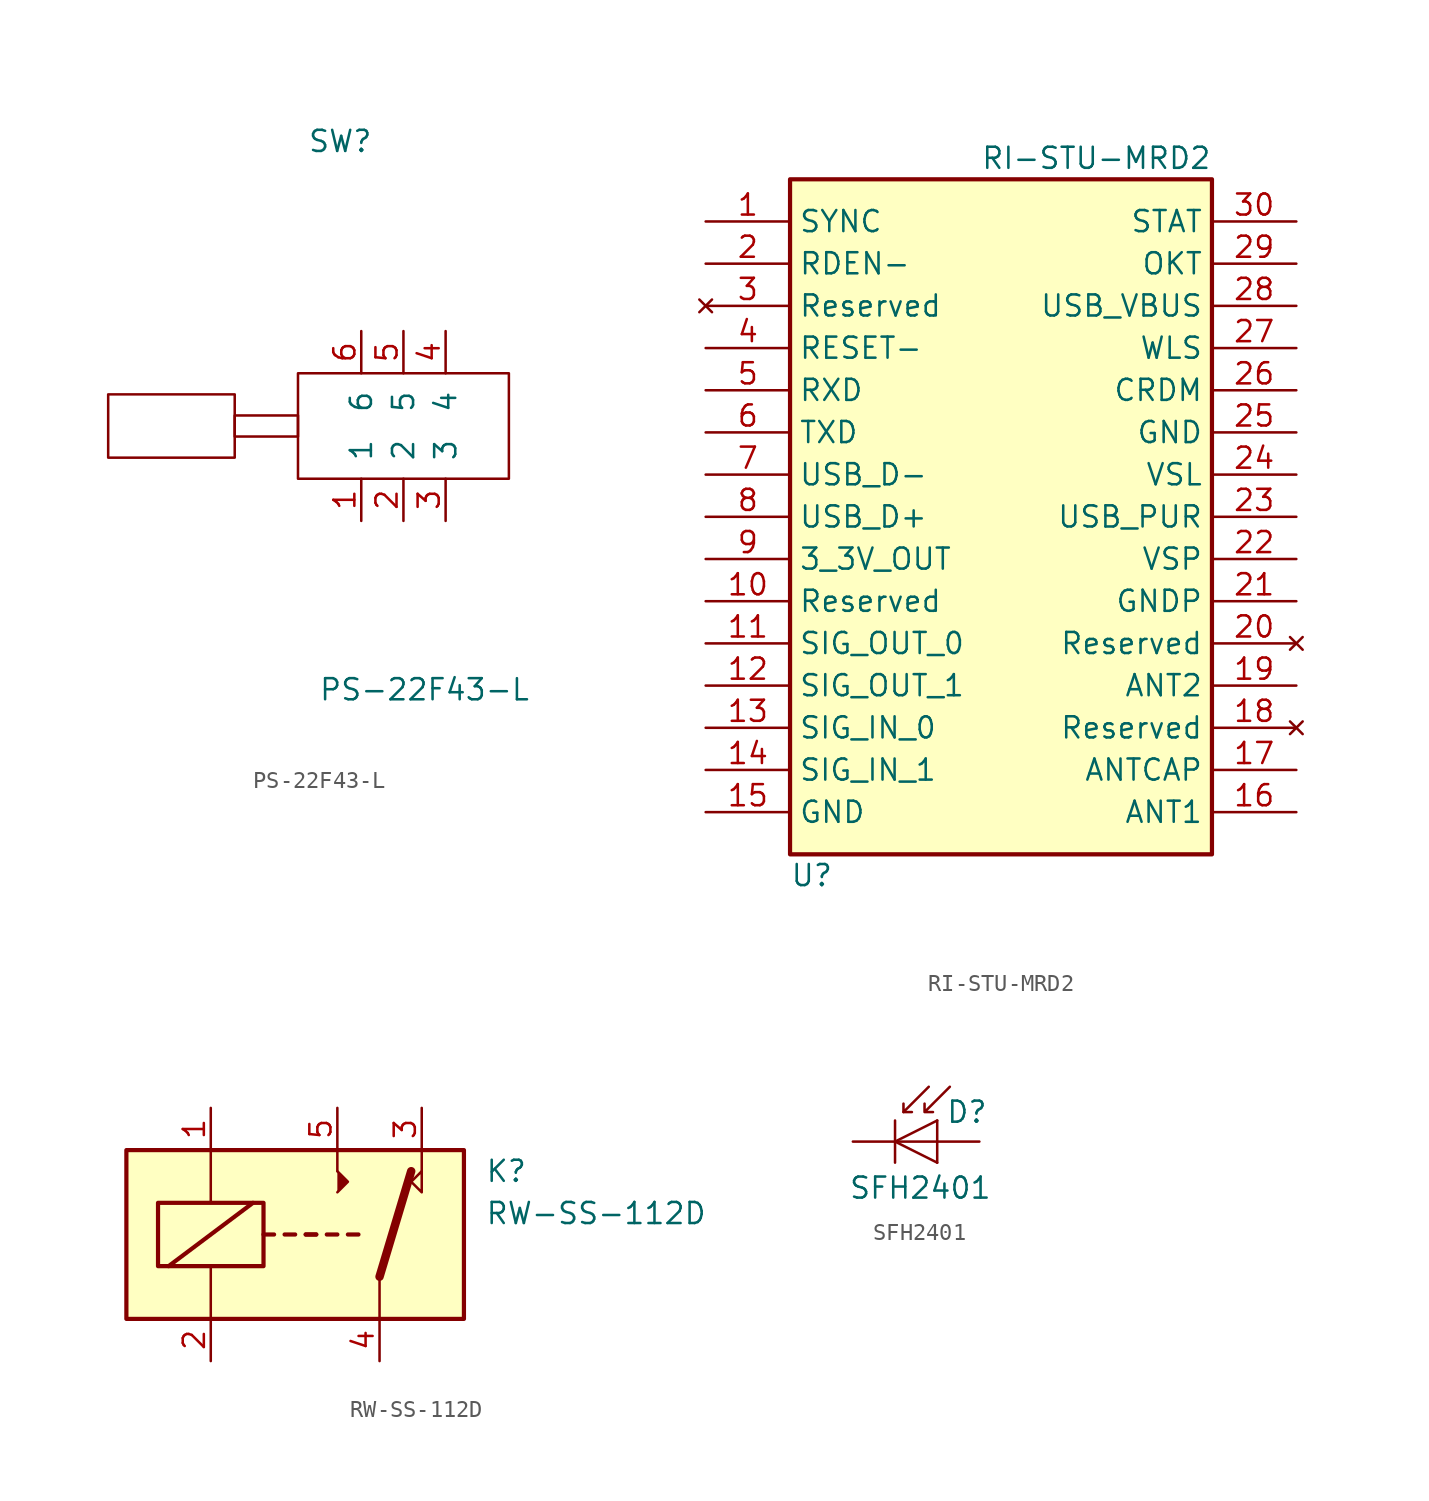
<source format=kicad_sym>
(kicad_symbol_lib
  (version 20201005)
  (generator kicad_symbol_editor)
  (symbol "mSchLibrary:PS-22F43-L"
    (pin_names
      (offset 1.016))
    (property "Reference" "SW"
      (at -3.81 17.78 0)
      (effects (font (size 1.27 1.27))))
    (property "Value" "PS-22F43-L"
      (at 1.27 -15.24 0)
      (effects (font (size 1.27 1.27))))
    (symbol "PS-22F43-L_0_0"
      (pin unspecified line (at -2.54 -5.08 90) (length 2.54) (name "1" (effects (font (size 1.27 1.27)))) (number "1" (effects (font (size 1.27 1.27)))))
      (pin unspecified line (at 0 -5.08 90) (length 2.54) (name "2" (effects (font (size 1.27 1.27)))) (number "2" (effects (font (size 1.27 1.27)))))
      (pin unspecified line (at 2.54 -5.08 90) (length 2.54) (name "3" (effects (font (size 1.27 1.27)))) (number "3" (effects (font (size 1.27 1.27)))))
      (pin unspecified line (at 2.54 6.35 270) (length 2.54) (name "4" (effects (font (size 1.27 1.27)))) (number "4" (effects (font (size 1.27 1.27)))))
      (pin unspecified line (at 0 6.35 270) (length 2.54) (name "5" (effects (font (size 1.27 1.27)))) (number "5" (effects (font (size 1.27 1.27)))))
      (pin unspecified line (at -2.54 6.35 270) (length 2.54) (name "6" (effects (font (size 1.27 1.27)))) (number "6" (effects (font (size 1.27 1.27))))))
    (symbol "PS-22F43-L_0_1"
      (rectangle (start -10.16 1.27) (end -6.35 0) (stroke (width 0)) (fill (type none)))
      (rectangle (start -10.16 2.54) (end -17.78 -1.27) (stroke (width 0)) (fill (type none)))
      (rectangle (start -6.35 3.81) (end 6.35 -2.54) (stroke (width 0)) (fill (type none)))))
  (symbol "mSchLibrary:RI-STU-MRD2"
    (property "Reference" "U"
      (at -12.7 -21.59 0)
      (effects (font (size 1.27 1.27)) (justify left)))
    (property "Value" "RI-STU-MRD2"
      (at 12.7 21.59 0)
      (effects (font (size 1.27 1.27)) (justify right)))
    (symbol "RI-STU-MRD2_0_0"
      (rectangle (start -12.7 20.32) (end 12.7 -20.32) (stroke (width 0.254)) (fill (type background))))
    (symbol "RI-STU-MRD2_1_1"
      (pin output line (at -17.78 17.78 0) (length 5.08) (name "SYNC" (effects (font (size 1.27 1.27)))) (number "1" (effects (font (size 1.27 1.27)))))
      (pin input line (at -17.78 -5.08 0) (length 5.08) (name "Reserved" (effects (font (size 1.27 1.27)))) (number "10" (effects (font (size 1.27 1.27)))))
      (pin output line (at -17.78 -7.62 0) (length 5.08) (name "SIG_OUT_0" (effects (font (size 1.27 1.27)))) (number "11" (effects (font (size 1.27 1.27)))))
      (pin output line (at -17.78 -10.16 0) (length 5.08) (name "SIG_OUT_1" (effects (font (size 1.27 1.27)))) (number "12" (effects (font (size 1.27 1.27)))))
      (pin input line (at -17.78 -12.7 0) (length 5.08) (name "SIG_IN_0" (effects (font (size 1.27 1.27)))) (number "13" (effects (font (size 1.27 1.27)))))
      (pin input line (at -17.78 -15.24 0) (length 5.08) (name "SIG_IN_1" (effects (font (size 1.27 1.27)))) (number "14" (effects (font (size 1.27 1.27)))))
      (pin power_in line (at -17.78 -17.78 0) (length 5.08) (name "GND" (effects (font (size 1.27 1.27)))) (number "15" (effects (font (size 1.27 1.27)))))
      (pin passive line (at 17.78 -17.78 180) (length 5.08) (name "ANT1" (effects (font (size 1.27 1.27)))) (number "16" (effects (font (size 1.27 1.27)))))
      (pin passive line (at 17.78 -15.24 180) (length 5.08) (name "ANTCAP" (effects (font (size 1.27 1.27)))) (number "17" (effects (font (size 1.27 1.27)))))
      (pin no_connect line (at 17.78 -12.7 180) (length 5.08) (name "Reserved" (effects (font (size 1.27 1.27)))) (number "18" (effects (font (size 1.27 1.27)))))
      (pin passive line (at 17.78 -10.16 180) (length 5.08) (name "ANT2" (effects (font (size 1.27 1.27)))) (number "19" (effects (font (size 1.27 1.27)))))
      (pin input line (at -17.78 15.24 0) (length 5.08) (name "RDEN-" (effects (font (size 1.27 1.27)))) (number "2" (effects (font (size 1.27 1.27)))))
      (pin no_connect line (at 17.78 -7.62 180) (length 5.08) (name "Reserved" (effects (font (size 1.27 1.27)))) (number "20" (effects (font (size 1.27 1.27)))))
      (pin power_in line (at 17.78 -5.08 180) (length 5.08) (name "GNDP" (effects (font (size 1.27 1.27)))) (number "21" (effects (font (size 1.27 1.27)))))
      (pin passive line (at 17.78 -2.54 180) (length 5.08) (name "VSP" (effects (font (size 1.27 1.27)))) (number "22" (effects (font (size 1.27 1.27)))))
      (pin output line (at 17.78 0 180) (length 5.08) (name "USB_PUR" (effects (font (size 1.27 1.27)))) (number "23" (effects (font (size 1.27 1.27)))))
      (pin passive line (at 17.78 2.54 180) (length 5.08) (name "VSL" (effects (font (size 1.27 1.27)))) (number "24" (effects (font (size 1.27 1.27)))))
      (pin power_in line (at 17.78 5.08 180) (length 5.08) (name "GND" (effects (font (size 1.27 1.27)))) (number "25" (effects (font (size 1.27 1.27)))))
      (pin input line (at 17.78 7.62 180) (length 5.08) (name "CRDM" (effects (font (size 1.27 1.27)))) (number "26" (effects (font (size 1.27 1.27)))))
      (pin input line (at 17.78 10.16 180) (length 5.08) (name "WLS" (effects (font (size 1.27 1.27)))) (number "27" (effects (font (size 1.27 1.27)))))
      (pin power_in line (at 17.78 12.7 180) (length 5.08) (name "USB_VBUS" (effects (font (size 1.27 1.27)))) (number "28" (effects (font (size 1.27 1.27)))))
      (pin output line (at 17.78 15.24 180) (length 5.08) (name "OKT" (effects (font (size 1.27 1.27)))) (number "29" (effects (font (size 1.27 1.27)))))
      (pin no_connect line (at -17.78 12.7 0) (length 5.08) (name "Reserved" (effects (font (size 1.27 1.27)))) (number "3" (effects (font (size 1.27 1.27)))))
      (pin output line (at 17.78 17.78 180) (length 5.08) (name "STAT" (effects (font (size 1.27 1.27)))) (number "30" (effects (font (size 1.27 1.27)))))
      (pin input line (at -17.78 10.16 0) (length 5.08) (name "RESET-" (effects (font (size 1.27 1.27)))) (number "4" (effects (font (size 1.27 1.27)))))
      (pin input line (at -17.78 7.62 0) (length 5.08) (name "RXD" (effects (font (size 1.27 1.27)))) (number "5" (effects (font (size 1.27 1.27)))))
      (pin output line (at -17.78 5.08 0) (length 5.08) (name "TXD" (effects (font (size 1.27 1.27)))) (number "6" (effects (font (size 1.27 1.27)))))
      (pin bidirectional line (at -17.78 2.54 0) (length 5.08) (name "USB_D-" (effects (font (size 1.27 1.27)))) (number "7" (effects (font (size 1.27 1.27)))))
      (pin bidirectional line (at -17.78 0 0) (length 5.08) (name "USB_D+" (effects (font (size 1.27 1.27)))) (number "8" (effects (font (size 1.27 1.27)))))
      (pin power_in line (at -17.78 -2.54 0) (length 5.08) (name "3_3V_OUT" (effects (font (size 1.27 1.27)))) (number "9" (effects (font (size 1.27 1.27)))))))
  (symbol "mSchLibrary:RW-SS-112D"
    (pin_names
      (offset 1.016))
    (property "Reference" "K"
      (at 11.43 3.81 0)
      (effects (font (size 1.27 1.27)) (justify left)))
    (property "Value" "RW-SS-112D"
      (at 11.43 1.27 0)
      (effects (font (size 1.27 1.27)) (justify left)))
    (symbol "RW-SS-112D_0_0"
      (polyline (pts (xy 2.54 3.81) (xy 2.54 5.08)) (stroke (width 0)) (fill (type none)))
      (polyline (pts (xy 7.62 3.81) (xy 7.62 5.08)) (stroke (width 0)) (fill (type none)))
      (polyline (pts (xy 7.62 3.81) (xy 7.62 2.54) (xy 6.985 3.175) (xy 7.62 3.81)) (stroke (width 0)) (fill (type none))))
    (symbol "RW-SS-112D_0_1"
      (rectangle (start -10.16 5.08) (end 10.16 -5.08) (stroke (width 0.254)) (fill (type background)))
      (rectangle (start -8.255 1.905) (end -1.905 -1.905) (stroke (width 0.254)) (fill (type none)))
      (polyline (pts (xy -7.62 -1.905) (xy -2.54 1.905)) (stroke (width 0.254)) (fill (type none)))
      (polyline (pts (xy -5.08 -5.08) (xy -5.08 -1.905)) (stroke (width 0)) (fill (type none)))
      (polyline (pts (xy -5.08 5.08) (xy -5.08 1.905)) (stroke (width 0)) (fill (type none)))
      (polyline (pts (xy -1.905 0) (xy -1.27 0)) (stroke (width 0.254)) (fill (type none)))
      (polyline (pts (xy -0.635 0) (xy 0 0)) (stroke (width 0.254)) (fill (type none)))
      (polyline (pts (xy 0.635 0) (xy 1.27 0)) (stroke (width 0.254)) (fill (type none)))
      (polyline (pts (xy 0.635 0) (xy 1.27 0)) (stroke (width 0.254)) (fill (type none)))
      (polyline (pts (xy 1.905 0) (xy 2.54 0)) (stroke (width 0.254)) (fill (type none)))
      (polyline (pts (xy 3.175 0) (xy 3.81 0)) (stroke (width 0.254)) (fill (type none)))
      (polyline (pts (xy 5.08 -2.54) (xy 5.08 -5.08)) (stroke (width 0)) (fill (type none)))
      (polyline (pts (xy 5.08 -2.54) (xy 6.985 3.81)) (stroke (width 0.508)) (fill (type none)))
      (polyline (pts (xy 2.54 2.54) (xy 3.175 3.175) (xy 2.54 3.81)) (stroke (width 0)) (fill (type outline))))
    (symbol "RW-SS-112D_1_1"
      (pin passive line (at -5.08 7.62 270) (length 2.54) (name "~" (effects (font (size 1.27 1.27)))) (number "1" (effects (font (size 1.27 1.27)))))
      (pin passive line (at -5.08 -7.62 90) (length 2.54) (name "~" (effects (font (size 1.27 1.27)))) (number "2" (effects (font (size 1.27 1.27)))))
      (pin passive line (at 7.62 7.62 270) (length 2.54) (name "~" (effects (font (size 1.27 1.27)))) (number "3" (effects (font (size 1.27 1.27)))))
      (pin passive line (at 5.08 -7.62 90) (length 2.54) (name "~" (effects (font (size 1.27 1.27)))) (number "4" (effects (font (size 1.27 1.27)))))
      (pin passive line (at 2.54 7.62 270) (length 2.54) (name "~" (effects (font (size 1.27 1.27)))) (number "5" (effects (font (size 1.27 1.27)))))))
  (symbol "mSchLibrary:SFH2401"
    (pin_numbers hide)
    (pin_names hide)
    (property "Reference" "D"
      (at 0.508 1.778 0)
      (effects (font (size 1.27 1.27)) (justify left)))
    (property "Value" "SFH2401"
      (at -1.016 -2.794 0)
      (effects (font (size 1.27 1.27))))
    (symbol "SFH2401_0_1"
      (polyline (pts (xy -2.54 1.27) (xy -2.54 -1.27)) (stroke (width 0.152)) (fill (type none)))
      (polyline (pts (xy -2.032 1.778) (xy -1.524 1.778)) (stroke (width 0)) (fill (type none)))
      (polyline (pts (xy 0 0) (xy -2.54 0)) (stroke (width 0)) (fill (type none)))
      (polyline (pts (xy 0 1.27) (xy 0 -1.27)) (stroke (width 0)) (fill (type none)))
      (polyline (pts (xy -0.508 3.302) (xy -2.032 1.778) (xy -2.032 2.286)) (stroke (width 0)) (fill (type none)))
      (polyline (pts (xy 0 1.27) (xy -2.54 0) (xy 0 -1.27)) (stroke (width 0)) (fill (type none)))
      (polyline (pts (xy 0.762 3.302) (xy -0.762 1.778) (xy -0.762 2.286) (xy -0.762 1.778) (xy -0.254 1.778)) (stroke (width 0)) (fill (type none))))
    (symbol "SFH2401_1_1"
      (pin passive line (at -5.08 0 0) (length 2.54) (name "K" (effects (font (size 1.27 1.27)))) (number "1" (effects (font (size 1.27 1.27)))))
      (pin passive line (at 2.54 0 180) (length 2.54) (name "A" (effects (font (size 1.27 1.27)))) (number "2" (effects (font (size 1.27 1.27))))))))
</source>
